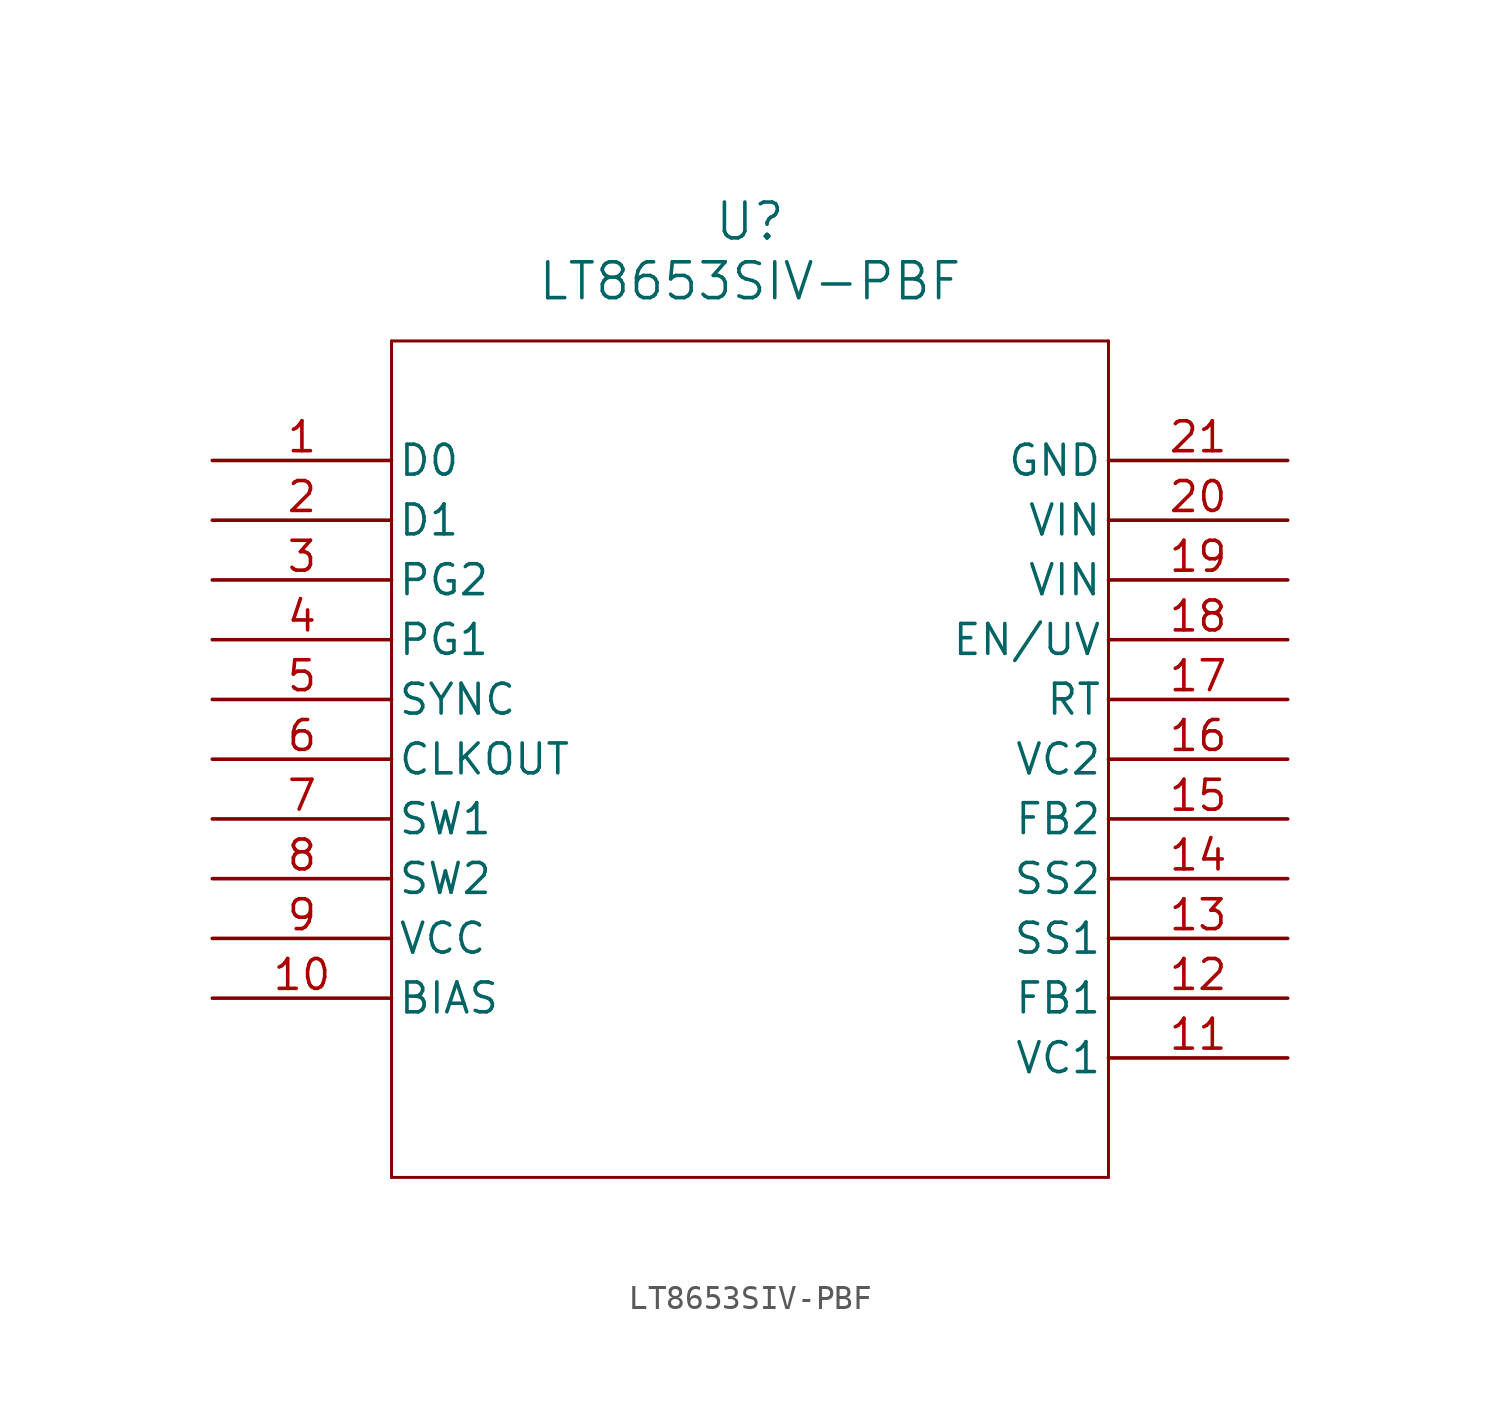
<source format=kicad_sym>
(kicad_symbol_lib
  (version 20211014)
  (generator kicad_symbol_editor)
  (symbol "LT8653SIV-PBF"
    (pin_names
      (offset 0.254))
    (property "Reference" "U"
      (at 22.86 10.16 0)
      (effects (font (size 1.524 1.524))))
    (property "Value" "LT8653SIV-PBF"
      (at 22.86 7.62 0)
      (effects (font (size 1.524 1.524))))
    (symbol "LT8653SIV-PBF_0_1"
      (polyline (pts (xy 7.62 5.08) (xy 7.62 -30.48)) (stroke (width 0.127) (type default) (color 0 0 0 0)) (fill (type none)))
      (polyline (pts (xy 7.62 -30.48) (xy 38.1 -30.48)) (stroke (width 0.127) (type default) (color 0 0 0 0)) (fill (type none)))
      (polyline (pts (xy 38.1 -30.48) (xy 38.1 5.08)) (stroke (width 0.127) (type default) (color 0 0 0 0)) (fill (type none)))
      (polyline (pts (xy 38.1 5.08) (xy 7.62 5.08)) (stroke (width 0.127) (type default) (color 0 0 0 0)) (fill (type none)))
      (pin input line (at 0 0 0) (length 7.62) (name "D0" (effects (font (size 1.27 1.27)))) (number "1" (effects (font (size 1.27 1.27)))))
      (pin input line (at 0 -2.54 0) (length 7.62) (name "D1" (effects (font (size 1.27 1.27)))) (number "2" (effects (font (size 1.27 1.27)))))
      (pin output line (at 0 -5.08 0) (length 7.62) (name "PG2" (effects (font (size 1.27 1.27)))) (number "3" (effects (font (size 1.27 1.27)))))
      (pin output line (at 0 -7.62 0) (length 7.62) (name "PG1" (effects (font (size 1.27 1.27)))) (number "4" (effects (font (size 1.27 1.27)))))
      (pin input line (at 0 -10.16 0) (length 7.62) (name "SYNC" (effects (font (size 1.27 1.27)))) (number "5" (effects (font (size 1.27 1.27)))))
      (pin output line (at 0 -12.7 0) (length 7.62) (name "CLKOUT" (effects (font (size 1.27 1.27)))) (number "6" (effects (font (size 1.27 1.27)))))
      (pin output line (at 0 -15.24 0) (length 7.62) (name "SW1" (effects (font (size 1.27 1.27)))) (number "7" (effects (font (size 1.27 1.27)))))
      (pin output line (at 0 -17.78 0) (length 7.62) (name "SW2" (effects (font (size 1.27 1.27)))) (number "8" (effects (font (size 1.27 1.27)))))
      (pin power_in line (at 0 -20.32 0) (length 7.62) (name "VCC" (effects (font (size 1.27 1.27)))) (number "9" (effects (font (size 1.27 1.27)))))
      (pin power_in line (at 0 -22.86 0) (length 7.62) (name "BIAS" (effects (font (size 1.27 1.27)))) (number "10" (effects (font (size 1.27 1.27)))))
      (pin output line (at 45.72 -25.4 180) (length 7.62) (name "VC1" (effects (font (size 1.27 1.27)))) (number "11" (effects (font (size 1.27 1.27)))))
      (pin input line (at 45.72 -22.86 180) (length 7.62) (name "FB1" (effects (font (size 1.27 1.27)))) (number "12" (effects (font (size 1.27 1.27)))))
      (pin input line (at 45.72 -20.32 180) (length 7.62) (name "SS1" (effects (font (size 1.27 1.27)))) (number "13" (effects (font (size 1.27 1.27)))))
      (pin input line (at 45.72 -17.78 180) (length 7.62) (name "SS2" (effects (font (size 1.27 1.27)))) (number "14" (effects (font (size 1.27 1.27)))))
      (pin input line (at 45.72 -15.24 180) (length 7.62) (name "FB2" (effects (font (size 1.27 1.27)))) (number "15" (effects (font (size 1.27 1.27)))))
      (pin output line (at 45.72 -12.7 180) (length 7.62) (name "VC2" (effects (font (size 1.27 1.27)))) (number "16" (effects (font (size 1.27 1.27)))))
      (pin unspecified line (at 45.72 -10.16 180) (length 7.62) (name "RT" (effects (font (size 1.27 1.27)))) (number "17" (effects (font (size 1.27 1.27)))))
      (pin input line (at 45.72 -7.62 180) (length 7.62) (name "EN/UV" (effects (font (size 1.27 1.27)))) (number "18" (effects (font (size 1.27 1.27)))))
      (pin power_in line (at 45.72 -5.08 180) (length 7.62) (name "VIN" (effects (font (size 1.27 1.27)))) (number "19" (effects (font (size 1.27 1.27)))))
      (pin power_in line (at 45.72 -2.54 180) (length 7.62) (name "VIN" (effects (font (size 1.27 1.27)))) (number "20" (effects (font (size 1.27 1.27)))))
      (pin power_out line (at 45.72 0 180) (length 7.62) (name "GND" (effects (font (size 1.27 1.27)))) (number "21" (effects (font (size 1.27 1.27))))))))
</source>
